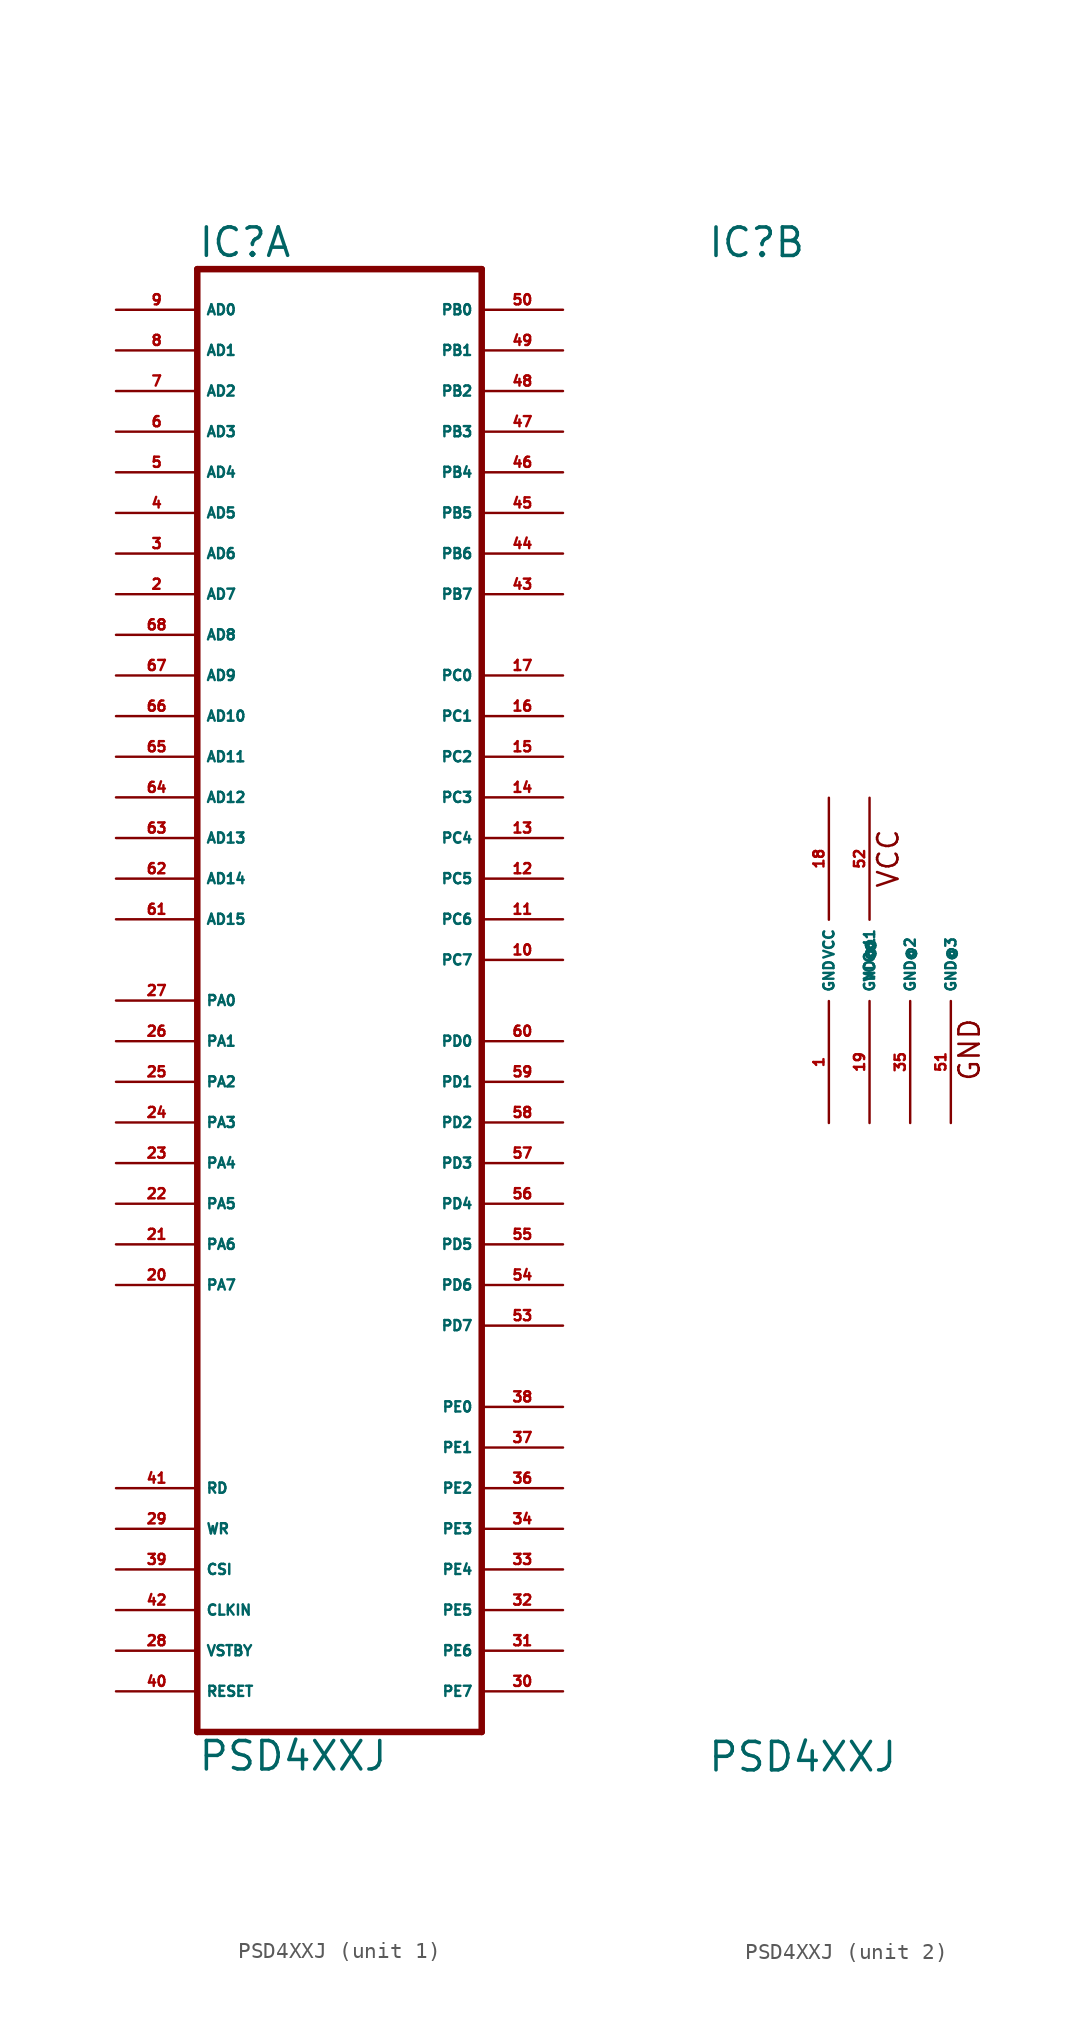
<source format=kicad_sym>
(kicad_symbol_lib
  (version 20220914)
  (generator Eagle2Kicad)
  (symbol "PSD4XXJ"
    (property "Reference" "IC"
      (at -7.62 43.815 0)
      (effects (font (size 1.778 1.778) (thickness 0.22)) (justify left bottom)))
    (property "Value" "PSD4XXJ"
      (at -7.62 -50.8 0)
      (effects (font (size 1.778 1.778) (thickness 0.22)) (justify left bottom)))
    (symbol "PSD4XXJ_1_0"
      (polyline (pts (xy 10.16 -48.26) (xy -7.62 -48.26)) (stroke (width 0.406) (type default)) (fill (type none)))
      (polyline (pts (xy -7.62 -48.26) (xy -7.62 43.18)) (stroke (width 0.406) (type default)) (fill (type none)))
      (polyline (pts (xy -7.62 43.18) (xy 10.16 43.18)) (stroke (width 0.406) (type default)) (fill (type none)))
      (polyline (pts (xy 10.16 43.18) (xy 10.16 -48.26)) (stroke (width 0.406) (type default)) (fill (type none)))
      (pin input line (at -12.7 -45.72 0) (length 5.08) (name "RESET" (effects (font (size 0.635 0.635) (thickness 0.08)) (justify left bottom))) (number "40" (effects (font (size 0.635 0.635) (thickness 0.08)) (justify left bottom))))
      (pin input line (at -12.7 -40.64 0) (length 5.08) (name "CLKIN" (effects (font (size 0.635 0.635) (thickness 0.08)) (justify left bottom))) (number "42" (effects (font (size 0.635 0.635) (thickness 0.08)) (justify left bottom))))
      (pin input line (at -12.7 -38.1 0) (length 5.08) (name "CSI" (effects (font (size 0.635 0.635) (thickness 0.08)) (justify left bottom))) (number "39" (effects (font (size 0.635 0.635) (thickness 0.08)) (justify left bottom))))
      (pin input line (at -12.7 -35.56 0) (length 5.08) (name "WR" (effects (font (size 0.635 0.635) (thickness 0.08)) (justify left bottom))) (number "29" (effects (font (size 0.635 0.635) (thickness 0.08)) (justify left bottom))))
      (pin input line (at -12.7 -33.02 0) (length 5.08) (name "RD" (effects (font (size 0.635 0.635) (thickness 0.08)) (justify left bottom))) (number "41" (effects (font (size 0.635 0.635) (thickness 0.08)) (justify left bottom))))
      (pin input line (at -12.7 -43.18 0) (length 5.08) (name "VSTBY" (effects (font (size 0.635 0.635) (thickness 0.08)) (justify left bottom))) (number "28" (effects (font (size 0.635 0.635) (thickness 0.08)) (justify left bottom))))
      (pin bidirectional line (at -12.7 40.64 0) (length 5.08) (name "AD0" (effects (font (size 0.635 0.635) (thickness 0.08)) (justify left bottom))) (number "9" (effects (font (size 0.635 0.635) (thickness 0.08)) (justify left bottom))))
      (pin bidirectional line (at -12.7 38.1 0) (length 5.08) (name "AD1" (effects (font (size 0.635 0.635) (thickness 0.08)) (justify left bottom))) (number "8" (effects (font (size 0.635 0.635) (thickness 0.08)) (justify left bottom))))
      (pin bidirectional line (at -12.7 35.56 0) (length 5.08) (name "AD2" (effects (font (size 0.635 0.635) (thickness 0.08)) (justify left bottom))) (number "7" (effects (font (size 0.635 0.635) (thickness 0.08)) (justify left bottom))))
      (pin bidirectional line (at -12.7 33.02 0) (length 5.08) (name "AD3" (effects (font (size 0.635 0.635) (thickness 0.08)) (justify left bottom))) (number "6" (effects (font (size 0.635 0.635) (thickness 0.08)) (justify left bottom))))
      (pin bidirectional line (at -12.7 30.48 0) (length 5.08) (name "AD4" (effects (font (size 0.635 0.635) (thickness 0.08)) (justify left bottom))) (number "5" (effects (font (size 0.635 0.635) (thickness 0.08)) (justify left bottom))))
      (pin bidirectional line (at -12.7 27.94 0) (length 5.08) (name "AD5" (effects (font (size 0.635 0.635) (thickness 0.08)) (justify left bottom))) (number "4" (effects (font (size 0.635 0.635) (thickness 0.08)) (justify left bottom))))
      (pin bidirectional line (at -12.7 25.4 0) (length 5.08) (name "AD6" (effects (font (size 0.635 0.635) (thickness 0.08)) (justify left bottom))) (number "3" (effects (font (size 0.635 0.635) (thickness 0.08)) (justify left bottom))))
      (pin bidirectional line (at -12.7 22.86 0) (length 5.08) (name "AD7" (effects (font (size 0.635 0.635) (thickness 0.08)) (justify left bottom))) (number "2" (effects (font (size 0.635 0.635) (thickness 0.08)) (justify left bottom))))
      (pin bidirectional line (at -12.7 20.32 0) (length 5.08) (name "AD8" (effects (font (size 0.635 0.635) (thickness 0.08)) (justify left bottom))) (number "68" (effects (font (size 0.635 0.635) (thickness 0.08)) (justify left bottom))))
      (pin bidirectional line (at -12.7 17.78 0) (length 5.08) (name "AD9" (effects (font (size 0.635 0.635) (thickness 0.08)) (justify left bottom))) (number "67" (effects (font (size 0.635 0.635) (thickness 0.08)) (justify left bottom))))
      (pin bidirectional line (at -12.7 15.24 0) (length 5.08) (name "AD10" (effects (font (size 0.635 0.635) (thickness 0.08)) (justify left bottom))) (number "66" (effects (font (size 0.635 0.635) (thickness 0.08)) (justify left bottom))))
      (pin bidirectional line (at -12.7 12.7 0) (length 5.08) (name "AD11" (effects (font (size 0.635 0.635) (thickness 0.08)) (justify left bottom))) (number "65" (effects (font (size 0.635 0.635) (thickness 0.08)) (justify left bottom))))
      (pin bidirectional line (at -12.7 10.16 0) (length 5.08) (name "AD12" (effects (font (size 0.635 0.635) (thickness 0.08)) (justify left bottom))) (number "64" (effects (font (size 0.635 0.635) (thickness 0.08)) (justify left bottom))))
      (pin bidirectional line (at -12.7 7.62 0) (length 5.08) (name "AD13" (effects (font (size 0.635 0.635) (thickness 0.08)) (justify left bottom))) (number "63" (effects (font (size 0.635 0.635) (thickness 0.08)) (justify left bottom))))
      (pin bidirectional line (at -12.7 5.08 0) (length 5.08) (name "AD14" (effects (font (size 0.635 0.635) (thickness 0.08)) (justify left bottom))) (number "62" (effects (font (size 0.635 0.635) (thickness 0.08)) (justify left bottom))))
      (pin bidirectional line (at -12.7 2.54 0) (length 5.08) (name "AD15" (effects (font (size 0.635 0.635) (thickness 0.08)) (justify left bottom))) (number "61" (effects (font (size 0.635 0.635) (thickness 0.08)) (justify left bottom))))
      (pin bidirectional line (at -12.7 -2.54 0) (length 5.08) (name "PA0" (effects (font (size 0.635 0.635) (thickness 0.08)) (justify left bottom))) (number "27" (effects (font (size 0.635 0.635) (thickness 0.08)) (justify left bottom))))
      (pin bidirectional line (at -12.7 -5.08 0) (length 5.08) (name "PA1" (effects (font (size 0.635 0.635) (thickness 0.08)) (justify left bottom))) (number "26" (effects (font (size 0.635 0.635) (thickness 0.08)) (justify left bottom))))
      (pin bidirectional line (at -12.7 -7.62 0) (length 5.08) (name "PA2" (effects (font (size 0.635 0.635) (thickness 0.08)) (justify left bottom))) (number "25" (effects (font (size 0.635 0.635) (thickness 0.08)) (justify left bottom))))
      (pin bidirectional line (at -12.7 -10.16 0) (length 5.08) (name "PA3" (effects (font (size 0.635 0.635) (thickness 0.08)) (justify left bottom))) (number "24" (effects (font (size 0.635 0.635) (thickness 0.08)) (justify left bottom))))
      (pin bidirectional line (at -12.7 -12.7 0) (length 5.08) (name "PA4" (effects (font (size 0.635 0.635) (thickness 0.08)) (justify left bottom))) (number "23" (effects (font (size 0.635 0.635) (thickness 0.08)) (justify left bottom))))
      (pin bidirectional line (at -12.7 -15.24 0) (length 5.08) (name "PA5" (effects (font (size 0.635 0.635) (thickness 0.08)) (justify left bottom))) (number "22" (effects (font (size 0.635 0.635) (thickness 0.08)) (justify left bottom))))
      (pin bidirectional line (at -12.7 -17.78 0) (length 5.08) (name "PA6" (effects (font (size 0.635 0.635) (thickness 0.08)) (justify left bottom))) (number "21" (effects (font (size 0.635 0.635) (thickness 0.08)) (justify left bottom))))
      (pin bidirectional line (at -12.7 -20.32 0) (length 5.08) (name "PA7" (effects (font (size 0.635 0.635) (thickness 0.08)) (justify left bottom))) (number "20" (effects (font (size 0.635 0.635) (thickness 0.08)) (justify left bottom))))
      (pin bidirectional line (at 15.24 40.64 180) (length 5.08) (name "PB0" (effects (font (size 0.635 0.635) (thickness 0.08)) (justify left bottom))) (number "50" (effects (font (size 0.635 0.635) (thickness 0.08)) (justify left bottom))))
      (pin bidirectional line (at 15.24 38.1 180) (length 5.08) (name "PB1" (effects (font (size 0.635 0.635) (thickness 0.08)) (justify left bottom))) (number "49" (effects (font (size 0.635 0.635) (thickness 0.08)) (justify left bottom))))
      (pin bidirectional line (at 15.24 35.56 180) (length 5.08) (name "PB2" (effects (font (size 0.635 0.635) (thickness 0.08)) (justify left bottom))) (number "48" (effects (font (size 0.635 0.635) (thickness 0.08)) (justify left bottom))))
      (pin bidirectional line (at 15.24 33.02 180) (length 5.08) (name "PB3" (effects (font (size 0.635 0.635) (thickness 0.08)) (justify left bottom))) (number "47" (effects (font (size 0.635 0.635) (thickness 0.08)) (justify left bottom))))
      (pin bidirectional line (at 15.24 30.48 180) (length 5.08) (name "PB4" (effects (font (size 0.635 0.635) (thickness 0.08)) (justify left bottom))) (number "46" (effects (font (size 0.635 0.635) (thickness 0.08)) (justify left bottom))))
      (pin bidirectional line (at 15.24 27.94 180) (length 5.08) (name "PB5" (effects (font (size 0.635 0.635) (thickness 0.08)) (justify left bottom))) (number "45" (effects (font (size 0.635 0.635) (thickness 0.08)) (justify left bottom))))
      (pin bidirectional line (at 15.24 25.4 180) (length 5.08) (name "PB6" (effects (font (size 0.635 0.635) (thickness 0.08)) (justify left bottom))) (number "44" (effects (font (size 0.635 0.635) (thickness 0.08)) (justify left bottom))))
      (pin bidirectional line (at 15.24 22.86 180) (length 5.08) (name "PB7" (effects (font (size 0.635 0.635) (thickness 0.08)) (justify left bottom))) (number "43" (effects (font (size 0.635 0.635) (thickness 0.08)) (justify left bottom))))
      (pin bidirectional line (at 15.24 17.78 180) (length 5.08) (name "PC0" (effects (font (size 0.635 0.635) (thickness 0.08)) (justify left bottom))) (number "17" (effects (font (size 0.635 0.635) (thickness 0.08)) (justify left bottom))))
      (pin bidirectional line (at 15.24 15.24 180) (length 5.08) (name "PC1" (effects (font (size 0.635 0.635) (thickness 0.08)) (justify left bottom))) (number "16" (effects (font (size 0.635 0.635) (thickness 0.08)) (justify left bottom))))
      (pin bidirectional line (at 15.24 12.7 180) (length 5.08) (name "PC2" (effects (font (size 0.635 0.635) (thickness 0.08)) (justify left bottom))) (number "15" (effects (font (size 0.635 0.635) (thickness 0.08)) (justify left bottom))))
      (pin bidirectional line (at 15.24 10.16 180) (length 5.08) (name "PC3" (effects (font (size 0.635 0.635) (thickness 0.08)) (justify left bottom))) (number "14" (effects (font (size 0.635 0.635) (thickness 0.08)) (justify left bottom))))
      (pin bidirectional line (at 15.24 7.62 180) (length 5.08) (name "PC4" (effects (font (size 0.635 0.635) (thickness 0.08)) (justify left bottom))) (number "13" (effects (font (size 0.635 0.635) (thickness 0.08)) (justify left bottom))))
      (pin bidirectional line (at 15.24 5.08 180) (length 5.08) (name "PC5" (effects (font (size 0.635 0.635) (thickness 0.08)) (justify left bottom))) (number "12" (effects (font (size 0.635 0.635) (thickness 0.08)) (justify left bottom))))
      (pin bidirectional line (at 15.24 2.54 180) (length 5.08) (name "PC6" (effects (font (size 0.635 0.635) (thickness 0.08)) (justify left bottom))) (number "11" (effects (font (size 0.635 0.635) (thickness 0.08)) (justify left bottom))))
      (pin bidirectional line (at 15.24 0 180) (length 5.08) (name "PC7" (effects (font (size 0.635 0.635) (thickness 0.08)) (justify left bottom))) (number "10" (effects (font (size 0.635 0.635) (thickness 0.08)) (justify left bottom))))
      (pin bidirectional line (at 15.24 -5.08 180) (length 5.08) (name "PD0" (effects (font (size 0.635 0.635) (thickness 0.08)) (justify left bottom))) (number "60" (effects (font (size 0.635 0.635) (thickness 0.08)) (justify left bottom))))
      (pin bidirectional line (at 15.24 -7.62 180) (length 5.08) (name "PD1" (effects (font (size 0.635 0.635) (thickness 0.08)) (justify left bottom))) (number "59" (effects (font (size 0.635 0.635) (thickness 0.08)) (justify left bottom))))
      (pin bidirectional line (at 15.24 -10.16 180) (length 5.08) (name "PD2" (effects (font (size 0.635 0.635) (thickness 0.08)) (justify left bottom))) (number "58" (effects (font (size 0.635 0.635) (thickness 0.08)) (justify left bottom))))
      (pin bidirectional line (at 15.24 -12.7 180) (length 5.08) (name "PD3" (effects (font (size 0.635 0.635) (thickness 0.08)) (justify left bottom))) (number "57" (effects (font (size 0.635 0.635) (thickness 0.08)) (justify left bottom))))
      (pin bidirectional line (at 15.24 -15.24 180) (length 5.08) (name "PD4" (effects (font (size 0.635 0.635) (thickness 0.08)) (justify left bottom))) (number "56" (effects (font (size 0.635 0.635) (thickness 0.08)) (justify left bottom))))
      (pin bidirectional line (at 15.24 -17.78 180) (length 5.08) (name "PD5" (effects (font (size 0.635 0.635) (thickness 0.08)) (justify left bottom))) (number "55" (effects (font (size 0.635 0.635) (thickness 0.08)) (justify left bottom))))
      (pin bidirectional line (at 15.24 -20.32 180) (length 5.08) (name "PD6" (effects (font (size 0.635 0.635) (thickness 0.08)) (justify left bottom))) (number "54" (effects (font (size 0.635 0.635) (thickness 0.08)) (justify left bottom))))
      (pin bidirectional line (at 15.24 -22.86 180) (length 5.08) (name "PD7" (effects (font (size 0.635 0.635) (thickness 0.08)) (justify left bottom))) (number "53" (effects (font (size 0.635 0.635) (thickness 0.08)) (justify left bottom))))
      (pin bidirectional line (at 15.24 -27.94 180) (length 5.08) (name "PE0" (effects (font (size 0.635 0.635) (thickness 0.08)) (justify left bottom))) (number "38" (effects (font (size 0.635 0.635) (thickness 0.08)) (justify left bottom))))
      (pin bidirectional line (at 15.24 -30.48 180) (length 5.08) (name "PE1" (effects (font (size 0.635 0.635) (thickness 0.08)) (justify left bottom))) (number "37" (effects (font (size 0.635 0.635) (thickness 0.08)) (justify left bottom))))
      (pin bidirectional line (at 15.24 -33.02 180) (length 5.08) (name "PE2" (effects (font (size 0.635 0.635) (thickness 0.08)) (justify left bottom))) (number "36" (effects (font (size 0.635 0.635) (thickness 0.08)) (justify left bottom))))
      (pin bidirectional line (at 15.24 -35.56 180) (length 5.08) (name "PE3" (effects (font (size 0.635 0.635) (thickness 0.08)) (justify left bottom))) (number "34" (effects (font (size 0.635 0.635) (thickness 0.08)) (justify left bottom))))
      (pin bidirectional line (at 15.24 -38.1 180) (length 5.08) (name "PE4" (effects (font (size 0.635 0.635) (thickness 0.08)) (justify left bottom))) (number "33" (effects (font (size 0.635 0.635) (thickness 0.08)) (justify left bottom))))
      (pin bidirectional line (at 15.24 -40.64 180) (length 5.08) (name "PE5" (effects (font (size 0.635 0.635) (thickness 0.08)) (justify left bottom))) (number "32" (effects (font (size 0.635 0.635) (thickness 0.08)) (justify left bottom))))
      (pin bidirectional line (at 15.24 -43.18 180) (length 5.08) (name "PE6" (effects (font (size 0.635 0.635) (thickness 0.08)) (justify left bottom))) (number "31" (effects (font (size 0.635 0.635) (thickness 0.08)) (justify left bottom))))
      (pin bidirectional line (at 15.24 -45.72 180) (length 5.08) (name "PE7" (effects (font (size 0.635 0.635) (thickness 0.08)) (justify left bottom))) (number "30" (effects (font (size 0.635 0.635) (thickness 0.08)) (justify left bottom)))))
    (symbol "PSD4XXJ_2_0"
      (text "VCC" (at 4.445 4.445 900) (effects (font (size 1.27 1.27) (thickness 0.16)) (justify left bottom)))
      (text "GND" (at 9.525 -7.62 900) (effects (font (size 1.27 1.27) (thickness 0.16)) (justify left bottom)))
      (pin unspecified line (at 0 10.16 270) (length 7.62) (name "VCC" (effects (font (size 0.635 0.635) (thickness 0.08)) (justify left bottom))) (number "18" (effects (font (size 0.635 0.635) (thickness 0.08)) (justify left bottom))))
      (pin unspecified line (at 0 -10.16 90) (length 7.62) (name "GND" (effects (font (size 0.635 0.635) (thickness 0.08)) (justify left bottom))) (number "1" (effects (font (size 0.635 0.635) (thickness 0.08)) (justify left bottom))))
      (pin unspecified line (at 2.54 -10.16 90) (length 7.62) (name "GND@1" (effects (font (size 0.635 0.635) (thickness 0.08)) (justify left bottom))) (number "19" (effects (font (size 0.635 0.635) (thickness 0.08)) (justify left bottom))))
      (pin unspecified line (at 2.54 10.16 270) (length 7.62) (name "VCC@1" (effects (font (size 0.635 0.635) (thickness 0.08)) (justify left bottom))) (number "52" (effects (font (size 0.635 0.635) (thickness 0.08)) (justify left bottom))))
      (pin unspecified line (at 5.08 -10.16 90) (length 7.62) (name "GND@2" (effects (font (size 0.635 0.635) (thickness 0.08)) (justify left bottom))) (number "35" (effects (font (size 0.635 0.635) (thickness 0.08)) (justify left bottom))))
      (pin unspecified line (at 7.62 -10.16 90) (length 7.62) (name "GND@3" (effects (font (size 0.635 0.635) (thickness 0.08)) (justify left bottom))) (number "51" (effects (font (size 0.635 0.635) (thickness 0.08)) (justify left bottom)))))))
</source>
